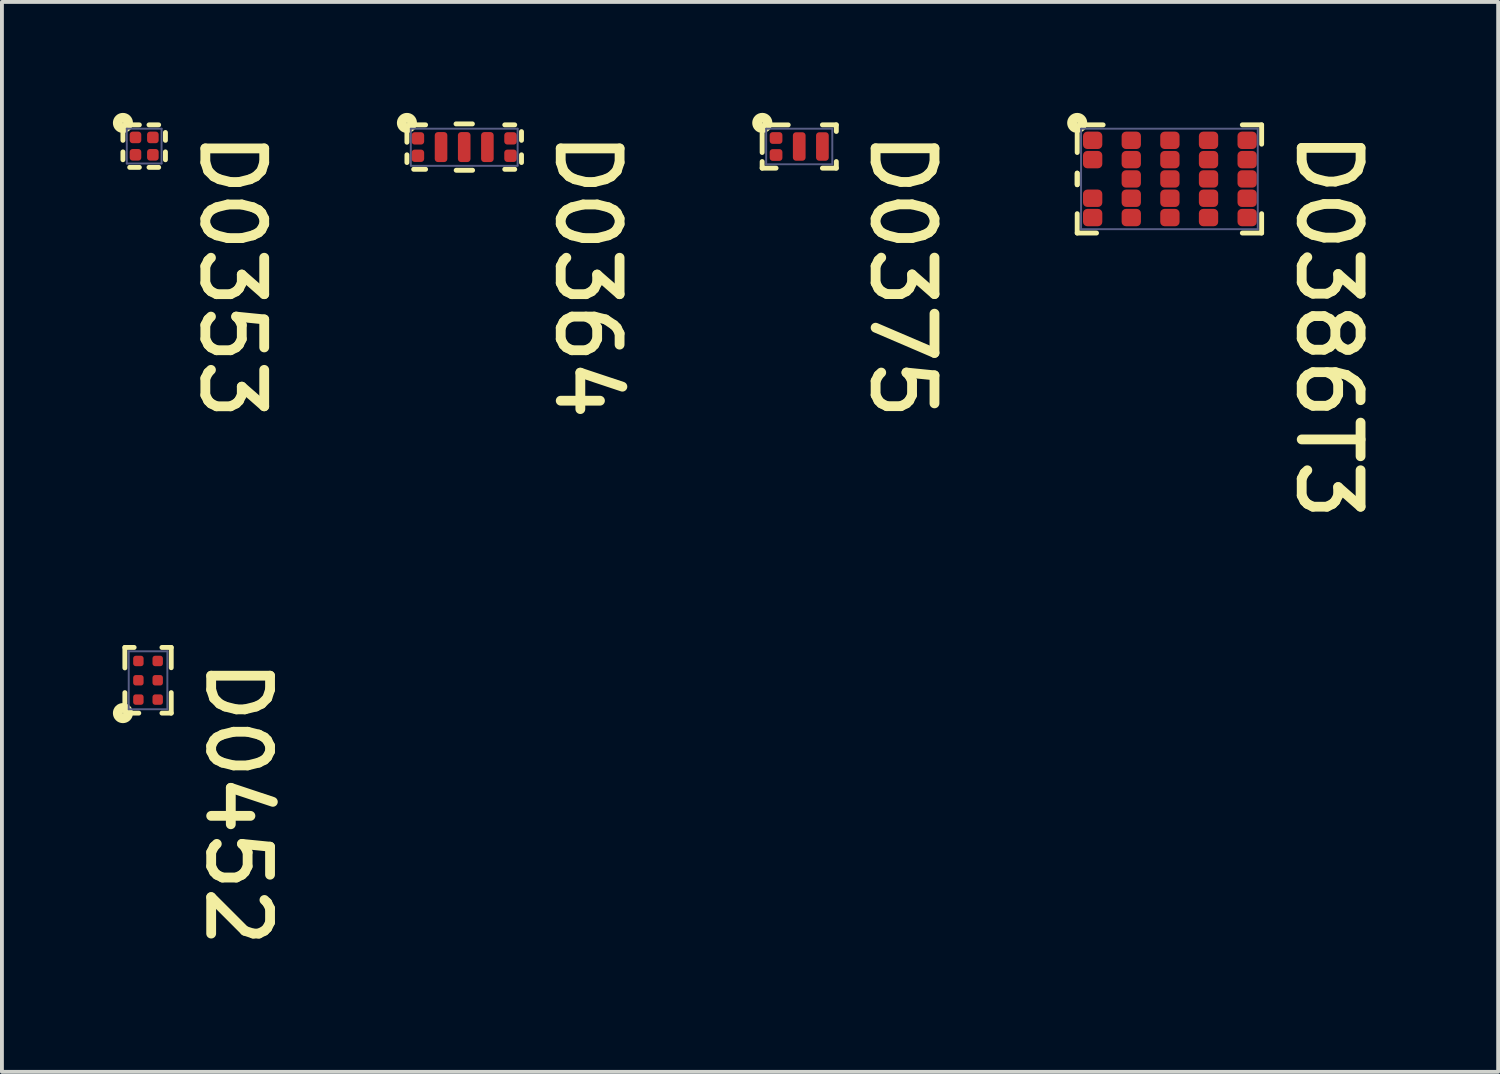
<source format=kicad_pcb>
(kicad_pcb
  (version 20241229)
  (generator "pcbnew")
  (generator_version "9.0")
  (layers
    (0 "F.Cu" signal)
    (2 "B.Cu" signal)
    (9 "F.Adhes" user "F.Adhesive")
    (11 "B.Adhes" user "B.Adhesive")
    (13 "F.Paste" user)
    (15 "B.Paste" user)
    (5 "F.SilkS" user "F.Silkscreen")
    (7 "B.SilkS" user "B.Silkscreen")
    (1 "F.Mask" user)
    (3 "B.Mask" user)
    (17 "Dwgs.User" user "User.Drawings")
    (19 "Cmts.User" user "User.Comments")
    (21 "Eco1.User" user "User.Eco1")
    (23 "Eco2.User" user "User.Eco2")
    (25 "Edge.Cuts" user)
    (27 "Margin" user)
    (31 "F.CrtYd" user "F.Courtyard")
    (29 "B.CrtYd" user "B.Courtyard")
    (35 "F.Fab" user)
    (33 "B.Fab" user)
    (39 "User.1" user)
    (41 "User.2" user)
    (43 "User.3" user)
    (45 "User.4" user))
  (footprint "D0375"
    (layer "F.Cu")
    (at 17.643 0.743)
    (property "Reference" "D0375" (at 1.778 -0.483 270) (unlocked yes) (layer "F.SilkS") (effects (font (size 1.524 1.524) (thickness 0.254)) (justify left bottom)))
    (attr smd)
    (fp_line (start 0 0.204) (end 0 -0.204) (stroke (width 0.234) (type solid)) (layer "F.Mask"))
    (fp_line (start 0.6 0.204) (end 0.6 -0.204) (stroke (width 0.234) (type solid)) (layer "F.Mask"))
    (fp_circle (center -0.6 -0.204) (end -0.541 -0.204) (stroke (width 0.117) (type solid)) (fill yes) (layer "F.Mask"))
    (fp_circle (center -0.6 0.204) (end -0.541 0.204) (stroke (width 0.117) (type solid)) (fill yes) (layer "F.Mask"))
    (fp_line (start -0.96 -0.335) (end -0.96 0.155) (stroke (width 0.127) (type solid)) (layer "F.SilkS"))
    (fp_line (start -0.96 0.39) (end -0.96 0.56) (stroke (width 0.127) (type solid)) (layer "F.SilkS"))
    (fp_line (start -0.96 0.56) (end -0.6 0.56) (stroke (width 0.127) (type solid)) (layer "F.SilkS"))
    (fp_line (start -0.706 -0.559) (end -0.285 -0.559) (stroke (width 0.127) (type solid)) (layer "F.SilkS"))
    (fp_line (start 0.6 -0.56) (end 0.96 -0.56) (stroke (width 0.127) (type solid)) (layer "F.SilkS"))
    (fp_line (start 0.6 0.56) (end 0.96 0.56) (stroke (width 0.127) (type solid)) (layer "F.SilkS"))
    (fp_line (start 0.96 -0.56) (end 0.96 -0.39) (stroke (width 0.127) (type solid)) (layer "F.SilkS"))
    (fp_line (start 0.96 0.39) (end 0.96 0.56) (stroke (width 0.127) (type solid)) (layer "F.SilkS"))
    (fp_circle (center -0.956 -0.61) (end -0.949 -0.61) (stroke (width 0.254) (type solid)) (fill no) (layer "F.SilkS"))
    (fp_line (start -0.856 -0.46) (end -0.856 0.46) (stroke (width 0.05) (type solid)) (layer "B.Fab"))
    (fp_line (start -0.856 -0.46) (end 0.856 -0.46) (stroke (width 0.05) (type solid)) (layer "B.Fab"))
    (fp_line (start -0.856 0.46) (end 0.856 0.46) (stroke (width 0.05) (type solid)) (layer "B.Fab"))
    (fp_line (start 0.856 -0.46) (end 0.856 0.46) (stroke (width 0.05) (type solid)) (layer "B.Fab"))
    (pad "1" smd roundrect (at -0.6 -0.22) (size 0.329 0.304) (layers "F.Cu" "F.Mask" "F.Paste") (roundrect_rratio 0.25))
    (pad "2" smd roundrect (at -0.6 0.22 180) (size 0.329 0.304) (layers "F.Cu" "F.Mask" "F.Paste") (roundrect_rratio 0.25))
    (pad "3" smd roundrect (at 0 0 180) (size 0.329 0.738) (layers "F.Cu" "F.Mask" "F.Paste") (roundrect_rratio 0.25))
    (pad "4" smd roundrect (at 0.6 0 180) (size 0.329 0.738) (layers "F.Cu" "F.Mask" "F.Paste") (roundrect_rratio 0.25)))
  (footprint "D0353"
    (layer "F.Cu")
    (at 0.683 0.733)
    (property "Reference" "D0353" (at 1.384 -0.47 270) (unlocked yes) (layer "F.SilkS") (effects (font (size 1.524 1.524) (thickness 0.254)) (justify left bottom)))
    (attr smd)
    (fp_circle (center -0.225 -0.225) (end -0.175 -0.225) (stroke (width 0.1) (type solid)) (fill yes) (layer "F.Mask"))
    (fp_circle (center -0.225 0.225) (end -0.175 0.225) (stroke (width 0.1) (type solid)) (fill yes) (layer "F.Mask"))
    (fp_circle (center 0.225 -0.225) (end 0.275 -0.225) (stroke (width 0.1) (type solid)) (fill yes) (layer "F.Mask"))
    (fp_circle (center 0.225 0.225) (end 0.275 0.225) (stroke (width 0.1) (type solid)) (fill yes) (layer "F.Mask"))
    (fp_line (start -0.55 -0.35) (end -0.55 -0.15) (stroke (width 0.127) (type solid)) (layer "F.SilkS"))
    (fp_line (start -0.55 0.15) (end -0.55 0.353) (stroke (width 0.127) (type solid)) (layer "F.SilkS"))
    (fp_line (start -0.375 0.55) (end -0.125 0.55) (stroke (width 0.127) (type solid)) (layer "F.SilkS"))
    (fp_line (start -0.3 -0.55) (end -0.125 -0.55) (stroke (width 0.127) (type solid)) (layer "F.SilkS"))
    (fp_line (start 0.125 0.55) (end 0.375 0.55) (stroke (width 0.127) (type solid)) (layer "F.SilkS"))
    (fp_line (start 0.125 -0.55) (end 0.375 -0.55) (stroke (width 0.127) (type solid)) (layer "F.SilkS"))
    (fp_line (start 0.55 0.15) (end 0.55 0.353) (stroke (width 0.127) (type solid)) (layer "F.SilkS"))
    (fp_line (start 0.55 -0.353) (end 0.55 -0.15) (stroke (width 0.127) (type solid)) (layer "F.SilkS"))
    (fp_circle (center -0.55 -0.6) (end -0.544 -0.6) (stroke (width 0.254) (type solid)) (fill no) (layer "F.SilkS"))
    (fp_line (start -0.45 -0.45) (end -0.45 0.45) (stroke (width 0.05) (type solid)) (layer "B.Fab"))
    (fp_line (start -0.45 -0.45) (end 0.45 -0.45) (stroke (width 0.05) (type solid)) (layer "B.Fab"))
    (fp_line (start -0.45 0.45) (end 0.45 0.45) (stroke (width 0.05) (type solid)) (layer "B.Fab"))
    (fp_line (start -0.447 -0.45) (end -0.45 -0.447) (stroke (width 0.05) (type solid)) (layer "B.Fab"))
    (fp_line (start 0.45 -0.45) (end 0.45 0.45) (stroke (width 0.05) (type solid)) (layer "B.Fab"))
    (pad "1" smd roundrect (at -0.225 -0.225) (size 0.3 0.3) (layers "F.Cu" "F.Mask" "F.Paste") (roundrect_rratio 0.25))
    (pad "2" smd roundrect (at -0.225 0.225) (size 0.3 0.3) (layers "F.Cu" "F.Mask" "F.Paste") (roundrect_rratio 0.25))
    (pad "3" smd roundrect (at 0.225 -0.225) (size 0.3 0.3) (layers "F.Cu" "F.Mask" "F.Paste") (roundrect_rratio 0.25))
    (pad "4" smd roundrect (at 0.225 0.225) (size 0.3 0.3) (layers "F.Cu" "F.Mask" "F.Paste") (roundrect_rratio 0.25)))
  (footprint "D0386T3"
    (layer "F.Cu")
    (at 27.24 1.583)
    (property "Reference" "D0386T3" (at 3.213 -1.333 270) (unlocked yes) (layer "F.SilkS") (effects (font (size 1.524 1.524) (thickness 0.254)) (justify left bottom)))
    (attr smd)
    (fp_circle (center -2 -1) (end -1.917 -1) (stroke (width 0.165) (type solid)) (fill yes) (layer "F.Mask"))
    (fp_circle (center -2 -0.5) (end -1.917 -0.5) (stroke (width 0.165) (type solid)) (fill yes) (layer "F.Mask"))
    (fp_circle (center -2 0.5) (end -1.917 0.5) (stroke (width 0.165) (type solid)) (fill yes) (layer "F.Mask"))
    (fp_circle (center -2 1) (end -1.917 1) (stroke (width 0.165) (type solid)) (fill yes) (layer "F.Mask"))
    (fp_circle (center -1 -1) (end -0.917 -1) (stroke (width 0.165) (type solid)) (fill yes) (layer "F.Mask"))
    (fp_circle (center -1 -0.5) (end -0.917 -0.5) (stroke (width 0.165) (type solid)) (fill yes) (layer "F.Mask"))
    (fp_circle (center -1 0) (end -0.917 0) (stroke (width 0.165) (type solid)) (fill yes) (layer "F.Mask"))
    (fp_circle (center -1 0.5) (end -0.917 0.5) (stroke (width 0.165) (type solid)) (fill yes) (layer "F.Mask"))
    (fp_circle (center -1 1) (end -0.917 1) (stroke (width 0.165) (type solid)) (fill yes) (layer "F.Mask"))
    (fp_circle (center 0 -1) (end 0.083 -1) (stroke (width 0.165) (type solid)) (fill yes) (layer "F.Mask"))
    (fp_circle (center 0 -0.5) (end 0.083 -0.5) (stroke (width 0.165) (type solid)) (fill yes) (layer "F.Mask"))
    (fp_circle (center 0 0) (end 0.083 0) (stroke (width 0.165) (type solid)) (fill yes) (layer "F.Mask"))
    (fp_circle (center 0 0.5) (end 0.083 0.5) (stroke (width 0.165) (type solid)) (fill yes) (layer "F.Mask"))
    (fp_circle (center 0 1) (end 0.083 1) (stroke (width 0.165) (type solid)) (fill yes) (layer "F.Mask"))
    (fp_circle (center 1 -1) (end 1.083 -1) (stroke (width 0.165) (type solid)) (fill yes) (layer "F.Mask"))
    (fp_circle (center 1 -0.5) (end 1.083 -0.5) (stroke (width 0.165) (type solid)) (fill yes) (layer "F.Mask"))
    (fp_circle (center 1 0) (end 1.083 0) (stroke (width 0.165) (type solid)) (fill yes) (layer "F.Mask"))
    (fp_circle (center 1 0.5) (end 1.083 0.5) (stroke (width 0.165) (type solid)) (fill yes) (layer "F.Mask"))
    (fp_circle (center 1 1) (end 1.083 1) (stroke (width 0.165) (type solid)) (fill yes) (layer "F.Mask"))
    (fp_circle (center 2 -1) (end 2.083 -1) (stroke (width 0.165) (type solid)) (fill yes) (layer "F.Mask"))
    (fp_circle (center 2 -0.5) (end 2.083 -0.5) (stroke (width 0.165) (type solid)) (fill yes) (layer "F.Mask"))
    (fp_circle (center 2 0) (end 2.083 0) (stroke (width 0.165) (type solid)) (fill yes) (layer "F.Mask"))
    (fp_circle (center 2 0.5) (end 2.083 0.5) (stroke (width 0.165) (type solid)) (fill yes) (layer "F.Mask"))
    (fp_circle (center 2 1) (end 2.083 1) (stroke (width 0.165) (type solid)) (fill yes) (layer "F.Mask"))
    (fp_line (start -2.4 -1.175) (end -2.4 -0.685) (stroke (width 0.127) (type solid)) (layer "F.SilkS"))
    (fp_line (start -2.4 -0.15) (end -2.4 0.15) (stroke (width 0.127) (type solid)) (layer "F.SilkS"))
    (fp_line (start -2.4 -0.15) (end -2.4 0.15) (stroke (width 0.127) (type solid)) (layer "F.SilkS"))
    (fp_line (start -2.4 0.9) (end -2.4 1.4) (stroke (width 0.127) (type solid)) (layer "F.SilkS"))
    (fp_line (start -2.4 1.4) (end -1.9 1.4) (stroke (width 0.127) (type solid)) (layer "F.SilkS"))
    (fp_line (start -2.15 -1.4) (end -1.729 -1.4) (stroke (width 0.127) (type solid)) (layer "F.SilkS"))
    (fp_line (start 1.875 -1.4) (end 2.375 -1.4) (stroke (width 0.127) (type solid)) (layer "F.SilkS"))
    (fp_line (start 1.875 1.4) (end 2.375 1.4) (stroke (width 0.127) (type solid)) (layer "F.SilkS"))
    (fp_line (start 2.375 -1.4) (end 2.375 -0.9) (stroke (width 0.127) (type solid)) (layer "F.SilkS"))
    (fp_line (start 2.375 0.9) (end 2.375 1.4) (stroke (width 0.127) (type solid)) (layer "F.SilkS"))
    (fp_circle (center -2.4 -1.45) (end -2.394 -1.45) (stroke (width 0.254) (type solid)) (fill no) (layer "F.SilkS"))
    (fp_line (start -2.3 -1.3) (end -2.3 1.3) (stroke (width 0.05) (type solid)) (layer "B.Fab"))
    (fp_line (start -2.3 -1.3) (end 2.275 -1.3) (stroke (width 0.05) (type solid)) (layer "B.Fab"))
    (fp_line (start -2.3 1.3) (end 2.275 1.3) (stroke (width 0.05) (type solid)) (layer "B.Fab"))
    (fp_line (start 2.275 -1.3) (end 2.275 1.3) (stroke (width 0.05) (type solid)) (layer "B.Fab"))
    (pad "1" smd roundrect (at -2 -1) (size 0.5 0.45) (layers "F.Cu" "F.Mask" "F.Paste") (roundrect_rratio 0.25))
    (pad "2" smd roundrect (at -2 -0.5) (size 0.5 0.45) (layers "F.Cu" "F.Mask" "F.Paste") (roundrect_rratio 0.25))
    (pad "3" smd roundrect (at -2 0.5) (size 0.5 0.45) (layers "F.Cu" "F.Mask" "F.Paste") (roundrect_rratio 0.25))
    (pad "4" smd roundrect (at -2 1) (size 0.5 0.45) (layers "F.Cu" "F.Mask" "F.Paste") (roundrect_rratio 0.25))
    (pad "5" smd roundrect (at -1 -1) (size 0.5 0.45) (layers "F.Cu" "F.Mask" "F.Paste") (roundrect_rratio 0.25))
    (pad "6" smd roundrect (at -1 -0.5) (size 0.5 0.45) (layers "F.Cu" "F.Mask" "F.Paste") (roundrect_rratio 0.25))
    (pad "7" smd roundrect (at -1 0) (size 0.5 0.45) (layers "F.Cu" "F.Mask" "F.Paste") (roundrect_rratio 0.25))
    (pad "8" smd roundrect (at -1 0.5) (size 0.5 0.45) (layers "F.Cu" "F.Mask" "F.Paste") (roundrect_rratio 0.25))
    (pad "9" smd roundrect (at -1 1) (size 0.5 0.45) (layers "F.Cu" "F.Mask" "F.Paste") (roundrect_rratio 0.25))
    (pad "10" smd roundrect (at 0 -1) (size 0.5 0.45) (layers "F.Cu" "F.Mask" "F.Paste") (roundrect_rratio 0.25))
    (pad "11" smd roundrect (at 0 -0.5) (size 0.5 0.45) (layers "F.Cu" "F.Mask" "F.Paste") (roundrect_rratio 0.25))
    (pad "12" smd roundrect (at 0 0) (size 0.5 0.45) (layers "F.Cu" "F.Mask" "F.Paste") (roundrect_rratio 0.25))
    (pad "13" smd roundrect (at 0 0.5) (size 0.5 0.45) (layers "F.Cu" "F.Mask" "F.Paste") (roundrect_rratio 0.25))
    (pad "14" smd roundrect (at 0 1) (size 0.5 0.45) (layers "F.Cu" "F.Mask" "F.Paste") (roundrect_rratio 0.25))
    (pad "15" smd roundrect (at 1 -1) (size 0.5 0.45) (layers "F.Cu" "F.Mask" "F.Paste") (roundrect_rratio 0.25))
    (pad "16" smd roundrect (at 1 -0.5) (size 0.5 0.45) (layers "F.Cu" "F.Mask" "F.Paste") (roundrect_rratio 0.25))
    (pad "17" smd roundrect (at 1 0) (size 0.5 0.45) (layers "F.Cu" "F.Mask" "F.Paste") (roundrect_rratio 0.25))
    (pad "18" smd roundrect (at 1 0.5) (size 0.5 0.45) (layers "F.Cu" "F.Mask" "F.Paste") (roundrect_rratio 0.25))
    (pad "19" smd roundrect (at 1 1) (size 0.5 0.45) (layers "F.Cu" "F.Mask" "F.Paste") (roundrect_rratio 0.25))
    (pad "20" smd roundrect (at 2 -1) (size 0.5 0.45) (layers "F.Cu" "F.Mask" "F.Paste") (roundrect_rratio 0.25))
    (pad "21" smd roundrect (at 2 -0.5) (size 0.5 0.45) (layers "F.Cu" "F.Mask" "F.Paste") (roundrect_rratio 0.25))
    (pad "22" smd roundrect (at 2 0) (size 0.5 0.45) (layers "F.Cu" "F.Mask" "F.Paste") (roundrect_rratio 0.25))
    (pad "23" smd roundrect (at 2 0.5) (size 0.5 0.45) (layers "F.Cu" "F.Mask" "F.Paste") (roundrect_rratio 0.25))
    (pad "24" smd roundrect (at 2 1) (size 0.5 0.45) (layers "F.Cu" "F.Mask" "F.Paste") (roundrect_rratio 0.25)))
  (footprint "D0452"
    (layer "F.Cu")
    (at 0.783 14.563)
    (property "Reference" "D0452" (at 1.435 -0.648 270) (unlocked yes) (layer "F.SilkS") (effects (font (size 1.524 1.524) (thickness 0.254)) (justify left bottom)))
    (attr smd)
    (fp_circle (center -0.25 -0.5) (end -0.2 -0.5) (stroke (width 0.1) (type solid)) (fill yes) (layer "F.Mask"))
    (fp_circle (center -0.25 0) (end -0.2 0) (stroke (width 0.1) (type solid)) (fill yes) (layer "F.Mask"))
    (fp_circle (center -0.25 0.5) (end -0.2 0.5) (stroke (width 0.1) (type solid)) (fill yes) (layer "F.Mask"))
    (fp_circle (center 0.25 -0.5) (end 0.3 -0.5) (stroke (width 0.1) (type solid)) (fill yes) (layer "F.Mask"))
    (fp_circle (center 0.25 0) (end 0.3 0) (stroke (width 0.1) (type solid)) (fill yes) (layer "F.Mask"))
    (fp_circle (center 0.25 0.5) (end 0.3 0.5) (stroke (width 0.1) (type solid)) (fill yes) (layer "F.Mask"))
    (fp_line (start -0.6 -0.85) (end -0.6 -0.32) (stroke (width 0.127) (type solid)) (layer "F.SilkS"))
    (fp_line (start -0.6 -0.85) (end -0.36 -0.85) (stroke (width 0.127) (type solid)) (layer "F.SilkS"))
    (fp_line (start -0.6 0.32) (end -0.6 0.599) (stroke (width 0.127) (type solid)) (layer "F.SilkS"))
    (fp_line (start -0.4 0.85) (end -0.24 0.85) (stroke (width 0.127) (type solid)) (layer "F.SilkS"))
    (fp_line (start 0.36 -0.85) (end 0.6 -0.85) (stroke (width 0.127) (type solid)) (layer "F.SilkS"))
    (fp_line (start 0.36 0.85) (end 0.6 0.85) (stroke (width 0.127) (type solid)) (layer "F.SilkS"))
    (fp_line (start 0.6 -0.85) (end 0.6 -0.325) (stroke (width 0.127) (type solid)) (layer "F.SilkS"))
    (fp_line (start 0.6 0.32) (end 0.6 0.85) (stroke (width 0.127) (type solid)) (layer "F.SilkS"))
    (fp_circle (center -0.65 0.85) (end -0.644 0.85) (stroke (width 0.254) (type solid)) (fill no) (layer "F.SilkS"))
    (fp_line (start -0.5 -0.75) (end -0.5 0.75) (stroke (width 0.05) (type solid)) (layer "B.Fab"))
    (fp_line (start -0.5 -0.75) (end 0.5 -0.75) (stroke (width 0.05) (type solid)) (layer "B.Fab"))
    (fp_line (start 0.5 -0.75) (end 0.5 0.75) (stroke (width 0.05) (type solid)) (layer "B.Fab"))
    (fp_line (start 0.5 0.75) (end -0.5 0.75) (stroke (width 0.05) (type solid)) (layer "B.Fab"))
    (pad "1" smd roundrect (at -0.25 0.5 90) (size 0.27 0.27) (layers "F.Cu" "F.Mask" "F.Paste") (roundrect_rratio 0.25))
    (pad "2" smd roundrect (at -0.25 0 90) (size 0.27 0.27) (layers "F.Cu" "F.Mask" "F.Paste") (roundrect_rratio 0.25))
    (pad "3" smd roundrect (at -0.25 -0.5 90) (size 0.27 0.27) (layers "F.Cu" "F.Mask" "F.Paste") (roundrect_rratio 0.25))
    (pad "4" smd roundrect (at 0.25 0.5 90) (size 0.27 0.27) (layers "F.Cu" "F.Mask" "F.Paste") (roundrect_rratio 0.25))
    (pad "5" smd roundrect (at 0.25 0 90) (size 0.27 0.27) (layers "F.Cu" "F.Mask" "F.Paste") (roundrect_rratio 0.25))
    (pad "6" smd roundrect (at 0.25 -0.5 90) (size 0.27 0.27) (layers "F.Cu" "F.Mask" "F.Paste") (roundrect_rratio 0.25)))
  (footprint "D0364"
    (layer "F.Cu")
    (at 8.969 0.758)
    (property "Reference" "D0364" (at 2.299 -0.495 270) (unlocked yes) (layer "F.SilkS") (effects (font (size 1.524 1.524) (thickness 0.254)) (justify left bottom)))
    (attr smd)
    (fp_line (start -0.6 0.225) (end -0.6 -0.225) (stroke (width 0.23) (type solid)) (layer "F.Mask"))
    (fp_line (start 0 -0.225) (end 0 0.225) (stroke (width 0.23) (type solid)) (layer "F.Mask"))
    (fp_line (start 0.6 -0.225) (end 0.6 0.225) (stroke (width 0.23) (type solid)) (layer "F.Mask"))
    (fp_circle (center -1.2 -0.225) (end -1.143 -0.225) (stroke (width 0.115) (type solid)) (fill yes) (layer "F.Mask"))
    (fp_circle (center -1.2 0.225) (end -1.143 0.225) (stroke (width 0.115) (type solid)) (fill yes) (layer "F.Mask"))
    (fp_circle (center 1.2 -0.225) (end 1.258 -0.225) (stroke (width 0.115) (type solid)) (fill yes) (layer "F.Mask"))
    (fp_circle (center 1.2 0.225) (end 1.258 0.225) (stroke (width 0.115) (type solid)) (fill yes) (layer "F.Mask"))
    (fp_line (start -1.483 -0.375) (end -1.483 -0.125) (stroke (width 0.127) (type solid)) (layer "F.SilkS"))
    (fp_line (start -1.483 0.2) (end -1.483 0.4) (stroke (width 0.127) (type solid)) (layer "F.SilkS"))
    (fp_line (start -1.308 0.575) (end -1 0.575) (stroke (width 0.127) (type solid)) (layer "F.SilkS"))
    (fp_line (start -1.233 -0.575) (end -1 -0.575) (stroke (width 0.127) (type solid)) (layer "F.SilkS"))
    (fp_line (start -0.212 -0.6) (end 0.212 -0.6) (stroke (width 0.127) (type solid)) (layer "F.SilkS"))
    (fp_line (start -0.208 0.6) (end 0.217 0.6) (stroke (width 0.127) (type solid)) (layer "F.SilkS"))
    (fp_line (start 1.05 -0.575) (end 1.308 -0.575) (stroke (width 0.127) (type solid)) (layer "F.SilkS"))
    (fp_line (start 1.05 0.575) (end 1.308 0.575) (stroke (width 0.127) (type solid)) (layer "F.SilkS"))
    (fp_line (start 1.483 -0.4) (end 1.483 -0.175) (stroke (width 0.127) (type solid)) (layer "F.SilkS"))
    (fp_line (start 1.483 0.2) (end 1.483 0.4) (stroke (width 0.127) (type solid)) (layer "F.SilkS"))
    (fp_circle (center -1.483 -0.625) (end -1.477 -0.625) (stroke (width 0.254) (type solid)) (fill no) (layer "F.SilkS"))
    (fp_line (start -1.383 -0.475) (end -1.383 0.475) (stroke (width 0.05) (type solid)) (layer "B.Fab"))
    (fp_line (start -1.383 -0.475) (end 1.383 -0.475) (stroke (width 0.05) (type solid)) (layer "B.Fab"))
    (fp_line (start -1.383 0.485) (end 1.383 0.485) (stroke (width 0.05) (type solid)) (layer "B.Fab"))
    (fp_line (start 1.383 -0.475) (end 1.383 0.475) (stroke (width 0.05) (type solid)) (layer "B.Fab"))
    (pad "1" smd roundrect (at -1.2 -0.225) (size 0.326 0.32) (layers "F.Cu" "F.Mask" "F.Paste") (roundrect_rratio 0.25))
    (pad "2" smd roundrect (at -1.2 0.225 180) (size 0.326 0.32) (layers "F.Cu" "F.Mask" "F.Paste") (roundrect_rratio 0.25))
    (pad "3" smd roundrect (at -0.6 0 180) (size 0.326 0.776) (layers "F.Cu" "F.Mask" "F.Paste") (roundrect_rratio 0.25))
    (pad "4" smd roundrect (at 0 0) (size 0.326 0.776) (layers "F.Cu" "F.Mask" "F.Paste") (roundrect_rratio 0.25))
    (pad "5" smd roundrect (at 0.6 0) (size 0.326 0.776) (layers "F.Cu" "F.Mask" "F.Paste") (roundrect_rratio 0.25))
    (pad "6" smd roundrect (at 1.2 -0.225) (size 0.326 0.32) (layers "F.Cu" "F.Mask" "F.Paste") (roundrect_rratio 0.25))
    (pad "7" smd roundrect (at 1.2 0.225 180) (size 0.326 0.32) (layers "F.Cu" "F.Mask" "F.Paste") (roundrect_rratio 0.25)))
  (gr_rect
    (start -3 -3)
    (end 35.739 24.702)
    (stroke (width 0.1) (type default))
    (fill no)
    (layer "Edge.Cuts")))
</source>
